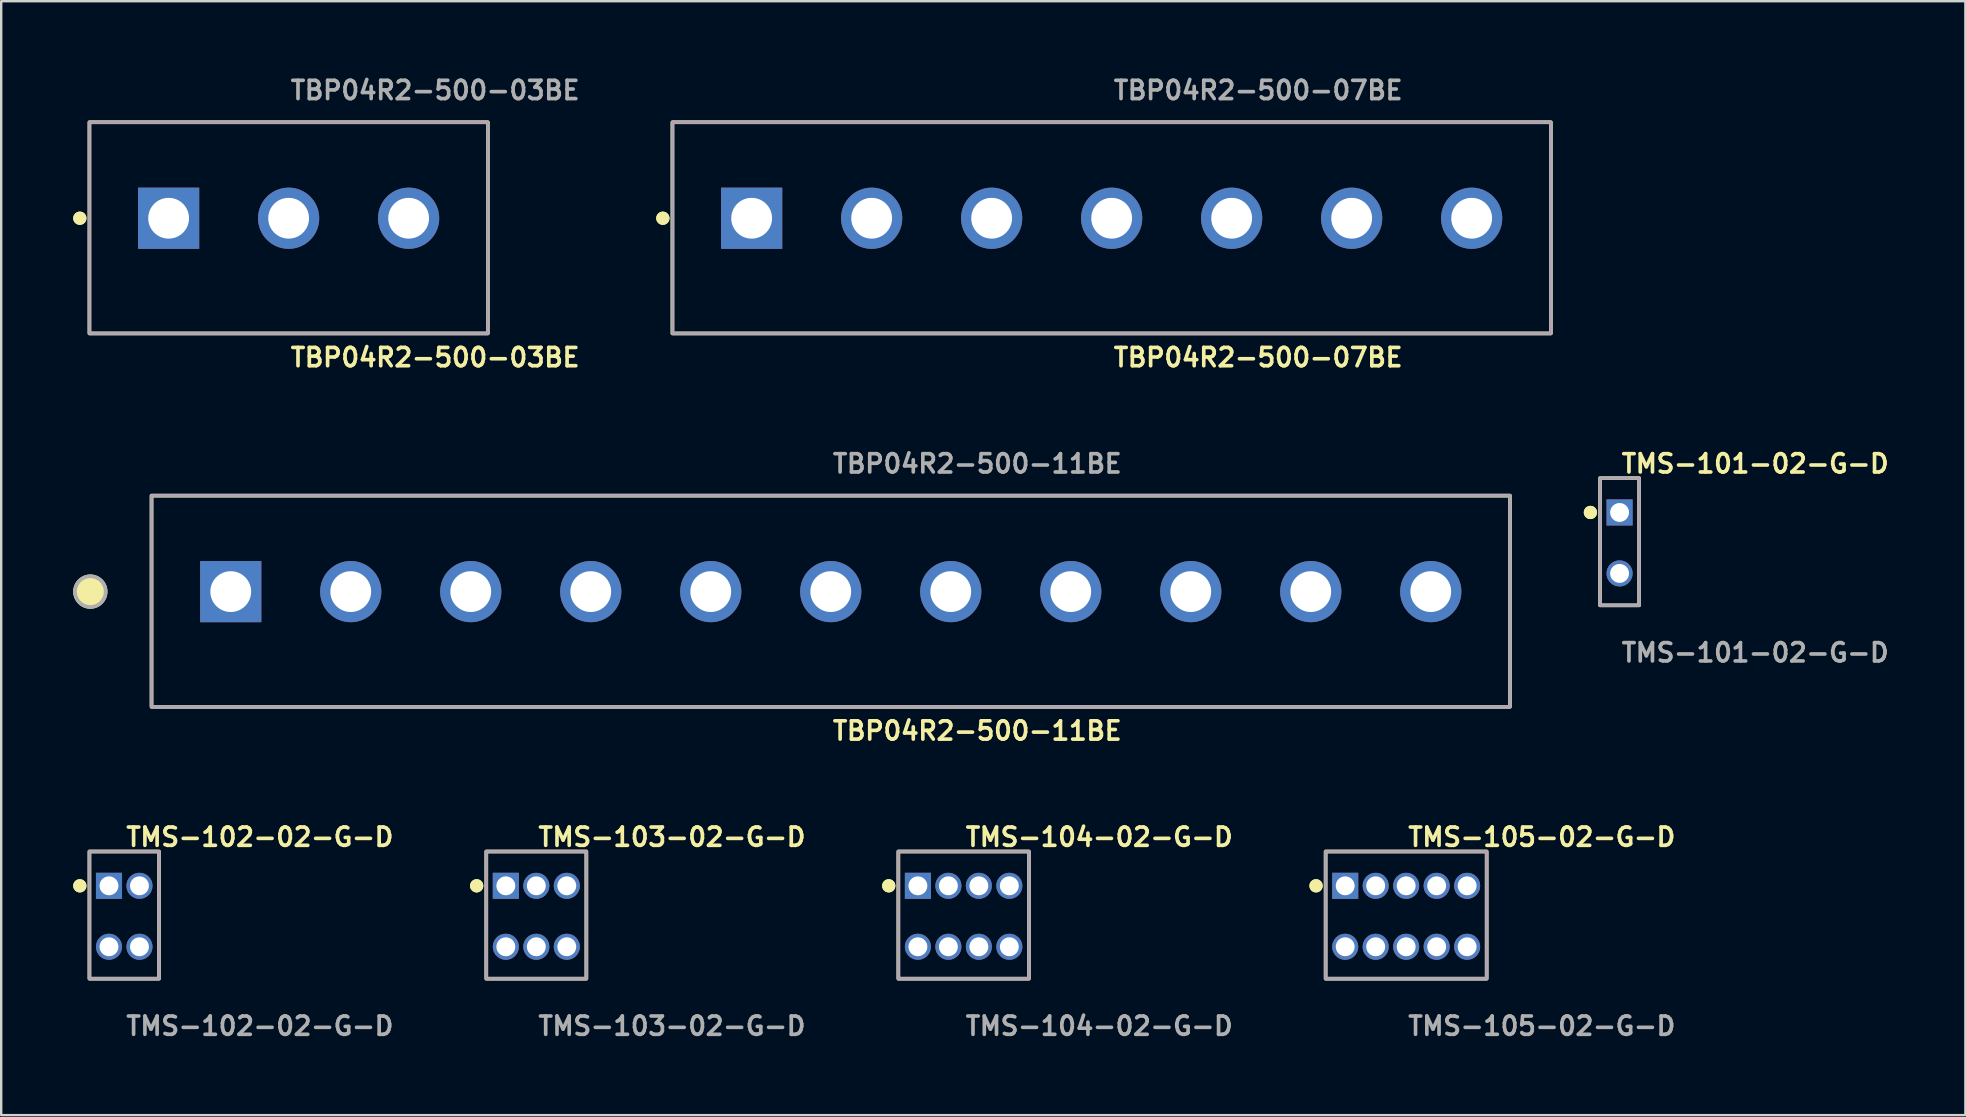
<source format=kicad_pcb>
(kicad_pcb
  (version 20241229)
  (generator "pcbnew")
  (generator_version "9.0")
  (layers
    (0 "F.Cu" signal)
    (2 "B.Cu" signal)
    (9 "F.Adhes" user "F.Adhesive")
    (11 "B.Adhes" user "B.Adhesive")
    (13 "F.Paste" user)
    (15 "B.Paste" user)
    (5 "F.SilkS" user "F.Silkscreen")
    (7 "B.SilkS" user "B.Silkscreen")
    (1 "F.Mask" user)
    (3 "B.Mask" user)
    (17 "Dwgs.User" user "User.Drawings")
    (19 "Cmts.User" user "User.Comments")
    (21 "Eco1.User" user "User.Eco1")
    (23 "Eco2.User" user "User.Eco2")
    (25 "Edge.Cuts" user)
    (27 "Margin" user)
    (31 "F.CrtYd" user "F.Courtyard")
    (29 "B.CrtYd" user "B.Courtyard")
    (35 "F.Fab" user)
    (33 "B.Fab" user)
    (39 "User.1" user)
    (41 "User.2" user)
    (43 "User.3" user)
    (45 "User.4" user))
  (footprint "TMS-101-02-G-D"
    (layer "F.Cu")
    (at 64.431 19.572)
    (property "Reference" "TMS-101-02-G-D" (at 0 -3.302 0) (unlocked yes) (layer "F.SilkS") (effects (font (size 0.762 0.762) (thickness 0.152)) (justify left)))
    (fp_rect (start -0.815 2.6) (end 0.815 -2.7) (stroke (width 0.152) (type solid)) (fill no) (layer "F.SilkS"))
    (fp_circle (center -1.215 -1.27) (end -1.415 -1.27) (stroke (width 0.152) (type solid)) (fill yes) (layer "F.SilkS"))
    (fp_circle (center -1.215 -1.27) (end -1.415 -1.27) (stroke (width 0.152) (type solid)) (fill yes) (layer "F.SilkS"))
    (fp_rect (start -0.815 2.6) (end 0.815 -2.7) (stroke (width 0.006) (type solid)) (fill no) (layer "F.CrtYd"))
    (fp_rect (start -0.815 2.6) (end 0.815 -2.7) (stroke (width 0.152) (type solid)) (fill no) (layer "F.Fab"))
    (fp_text user "${REFERENCE}" (at 0 4.572 0) (unlocked yes) (layer "F.Fab") (effects (font (size 0.762 0.762) (thickness 0.152)) (justify left)))
    (pad "1" thru_hole rect (at 0 -1.27) (size 1.087 1.087) (drill 0.787) (layers "*.Cu" "*.Mask"))
    (pad "2" thru_hole circle (at 0 1.27) (size 1.087 1.087) (drill 0.787) (layers "*.Cu" "*.Mask")))
  (footprint "TMS-105-02-G-D"
    (layer "F.Cu")
    (at 55.539 35.128)
    (property "Reference" "TMS-105-02-G-D" (at 0 -3.302 0) (unlocked yes) (layer "F.SilkS") (effects (font (size 0.762 0.762) (thickness 0.152)) (justify left)))
    (fp_rect (start -3.355 2.6) (end 3.355 -2.7) (stroke (width 0.152) (type solid)) (fill no) (layer "F.SilkS"))
    (fp_circle (center -3.755 -1.27) (end -3.955 -1.27) (stroke (width 0.152) (type solid)) (fill yes) (layer "F.SilkS"))
    (fp_circle (center -3.755 -1.27) (end -3.955 -1.27) (stroke (width 0.152) (type solid)) (fill yes) (layer "F.SilkS"))
    (fp_rect (start -3.355 2.6) (end 3.355 -2.7) (stroke (width 0.006) (type solid)) (fill no) (layer "F.CrtYd"))
    (fp_rect (start -3.355 2.6) (end 3.355 -2.7) (stroke (width 0.152) (type solid)) (fill no) (layer "F.Fab"))
    (fp_text user "${REFERENCE}" (at 0 4.572 0) (unlocked yes) (layer "F.Fab") (effects (font (size 0.762 0.762) (thickness 0.152)) (justify left)))
    (pad "1" thru_hole rect (at -2.54 -1.27) (size 1.087 1.087) (drill 0.787) (layers "*.Cu" "*.Mask"))
    (pad "2" thru_hole circle (at -2.54 1.27) (size 1.087 1.087) (drill 0.787) (layers "*.Cu" "*.Mask"))
    (pad "3" thru_hole circle (at -1.27 -1.27) (size 1.087 1.087) (drill 0.787) (layers "*.Cu" "*.Mask"))
    (pad "4" thru_hole circle (at -1.27 1.27) (size 1.087 1.087) (drill 0.787) (layers "*.Cu" "*.Mask"))
    (pad "5" thru_hole circle (at 0 -1.27) (size 1.087 1.087) (drill 0.787) (layers "*.Cu" "*.Mask"))
    (pad "6" thru_hole circle (at 0 1.27) (size 1.087 1.087) (drill 0.787) (layers "*.Cu" "*.Mask"))
    (pad "7" thru_hole circle (at 1.27 -1.27) (size 1.087 1.087) (drill 0.787) (layers "*.Cu" "*.Mask"))
    (pad "8" thru_hole circle (at 1.27 1.27) (size 1.087 1.087) (drill 0.787) (layers "*.Cu" "*.Mask"))
    (pad "9" thru_hole circle (at 2.54 -1.27) (size 1.087 1.087) (drill 0.787) (layers "*.Cu" "*.Mask"))
    (pad "10" thru_hole circle (at 2.54 1.27) (size 1.087 1.087) (drill 0.787) (layers "*.Cu" "*.Mask")))
  (footprint "TBP04R2-500-11BE"
    (layer "F.Cu")
    (at 31.564 21.6)
    (property "Reference" "TBP04R2-500-11BE" (at 0 5.8 0) (unlocked yes) (layer "F.SilkS") (effects (font (size 0.762 0.762) (thickness 0.152)) (justify left)))
    (fp_rect (start -28.3 4.8) (end 28.3 -4) (stroke (width 0.152) (type solid)) (fill no) (layer "F.SilkS"))
    (fp_circle (center -30.85 0) (end -31.488 0) (stroke (width 0.152) (type solid)) (fill yes) (layer "F.SilkS"))
    (fp_rect (start -28.3 4.8) (end 28.3 -4) (stroke (width 0.006) (type solid)) (fill no) (layer "F.CrtYd"))
    (fp_rect (start -28.3 4.8) (end 28.3 -4) (stroke (width 0.152) (type solid)) (fill no) (layer "F.Fab"))
    (fp_circle (center -30.85 0) (end -31.488 0) (stroke (width 0.152) (type solid)) (fill no) (layer "F.Fab"))
    (fp_text user "${REFERENCE}" (at 0 -5.33 0) (unlocked yes) (layer "F.Fab") (effects (font (size 0.762 0.762) (thickness 0.152)) (justify left)))
    (pad "1" thru_hole rect (at -25 0) (size 2.55 2.55) (drill 1.7) (layers "*.Cu" "*.Mask"))
    (pad "2" thru_hole circle (at -20 0) (size 2.55 2.55) (drill 1.7) (layers "*.Cu" "*.Mask"))
    (pad "3" thru_hole circle (at -15 0) (size 2.55 2.55) (drill 1.7) (layers "*.Cu" "*.Mask"))
    (pad "4" thru_hole circle (at -10 0) (size 2.55 2.55) (drill 1.7) (layers "*.Cu" "*.Mask"))
    (pad "5" thru_hole circle (at -5 0) (size 2.55 2.55) (drill 1.7) (layers "*.Cu" "*.Mask"))
    (pad "6" thru_hole circle (at 0 0) (size 2.55 2.55) (drill 1.7) (layers "*.Cu" "*.Mask"))
    (pad "7" thru_hole circle (at 5 0) (size 2.55 2.55) (drill 1.7) (layers "*.Cu" "*.Mask"))
    (pad "8" thru_hole circle (at 10 0) (size 2.55 2.55) (drill 1.7) (layers "*.Cu" "*.Mask"))
    (pad "9" thru_hole circle (at 15 0) (size 2.55 2.55) (drill 1.7) (layers "*.Cu" "*.Mask"))
    (pad "10" thru_hole circle (at 20 0) (size 2.55 2.55) (drill 1.7) (layers "*.Cu" "*.Mask"))
    (pad "11" thru_hole circle (at 25 0) (size 2.55 2.55) (drill 1.7) (layers "*.Cu" "*.Mask")))
  (footprint "TMS-103-02-G-D"
    (layer "F.Cu")
    (at 19.296 35.128)
    (property "Reference" "TMS-103-02-G-D" (at 0 -3.302 0) (unlocked yes) (layer "F.SilkS") (effects (font (size 0.762 0.762) (thickness 0.152)) (justify left)))
    (fp_rect (start -2.085 2.6) (end 2.085 -2.7) (stroke (width 0.152) (type solid)) (fill no) (layer "F.SilkS"))
    (fp_circle (center -2.485 -1.27) (end -2.685 -1.27) (stroke (width 0.152) (type solid)) (fill yes) (layer "F.SilkS"))
    (fp_circle (center -2.485 -1.27) (end -2.685 -1.27) (stroke (width 0.152) (type solid)) (fill yes) (layer "F.SilkS"))
    (fp_rect (start -2.085 2.6) (end 2.085 -2.7) (stroke (width 0.006) (type solid)) (fill no) (layer "F.CrtYd"))
    (fp_rect (start -2.085 2.6) (end 2.085 -2.7) (stroke (width 0.152) (type solid)) (fill no) (layer "F.Fab"))
    (fp_text user "${REFERENCE}" (at 0 4.572 0) (unlocked yes) (layer "F.Fab") (effects (font (size 0.762 0.762) (thickness 0.152)) (justify left)))
    (pad "1" thru_hole rect (at -1.27 -1.27) (size 1.087 1.087) (drill 0.787) (layers "*.Cu" "*.Mask"))
    (pad "2" thru_hole circle (at -1.27 1.27) (size 1.087 1.087) (drill 0.787) (layers "*.Cu" "*.Mask"))
    (pad "3" thru_hole circle (at 0 -1.27) (size 1.087 1.087) (drill 0.787) (layers "*.Cu" "*.Mask"))
    (pad "4" thru_hole circle (at 0 1.27) (size 1.087 1.087) (drill 0.787) (layers "*.Cu" "*.Mask"))
    (pad "5" thru_hole circle (at 1.27 -1.27) (size 1.087 1.087) (drill 0.787) (layers "*.Cu" "*.Mask"))
    (pad "6" thru_hole circle (at 1.27 1.27) (size 1.087 1.087) (drill 0.787) (layers "*.Cu" "*.Mask")))
  (footprint "TBP04R2-500-03BE"
    (layer "F.Cu")
    (at 8.976 6.043)
    (property "Reference" "TBP04R2-500-03BE" (at 0 5.8 0) (unlocked yes) (layer "F.SilkS") (effects (font (size 0.762 0.762) (thickness 0.152)) (justify left)))
    (fp_rect (start -8.3 4.8) (end 8.3 -4) (stroke (width 0.152) (type solid)) (fill no) (layer "F.SilkS"))
    (fp_circle (center -8.7 0) (end -8.9 0) (stroke (width 0.152) (type solid)) (fill yes) (layer "F.SilkS"))
    (fp_circle (center -8.7 0) (end -8.9 0) (stroke (width 0.152) (type solid)) (fill yes) (layer "F.SilkS"))
    (fp_rect (start -8.3 4.8) (end 8.3 -4) (stroke (width 0.006) (type solid)) (fill no) (layer "F.CrtYd"))
    (fp_rect (start -8.3 4.8) (end 8.3 -4) (stroke (width 0.152) (type solid)) (fill no) (layer "F.Fab"))
    (fp_text user "${REFERENCE}" (at 0 -5.33 0) (unlocked yes) (layer "F.Fab") (effects (font (size 0.762 0.762) (thickness 0.152)) (justify left)))
    (pad "1" thru_hole rect (at -5 0) (size 2.55 2.55) (drill 1.7) (layers "*.Cu" "*.Mask"))
    (pad "2" thru_hole circle (at 0 0) (size 2.55 2.55) (drill 1.7) (layers "*.Cu" "*.Mask"))
    (pad "3" thru_hole circle (at 5 0) (size 2.55 2.55) (drill 1.7) (layers "*.Cu" "*.Mask")))
  (footprint "TBP04R2-500-07BE"
    (layer "F.Cu")
    (at 43.268 6.043)
    (property "Reference" "TBP04R2-500-07BE" (at 0 5.8 0) (unlocked yes) (layer "F.SilkS") (effects (font (size 0.762 0.762) (thickness 0.152)) (justify left)))
    (fp_rect (start -18.3 4.8) (end 18.3 -4) (stroke (width 0.152) (type solid)) (fill no) (layer "F.SilkS"))
    (fp_circle (center -18.7 0) (end -18.9 0) (stroke (width 0.152) (type solid)) (fill yes) (layer "F.SilkS"))
    (fp_circle (center -18.7 0) (end -18.9 0) (stroke (width 0.152) (type solid)) (fill yes) (layer "F.SilkS"))
    (fp_rect (start -18.3 4.8) (end 18.3 -4) (stroke (width 0.006) (type solid)) (fill no) (layer "F.CrtYd"))
    (fp_rect (start -18.3 4.8) (end 18.3 -4) (stroke (width 0.152) (type solid)) (fill no) (layer "F.Fab"))
    (fp_text user "${REFERENCE}" (at 0 -5.33 0) (unlocked yes) (layer "F.Fab") (effects (font (size 0.762 0.762) (thickness 0.152)) (justify left)))
    (pad "1" thru_hole rect (at -15 0) (size 2.55 2.55) (drill 1.7) (layers "*.Cu" "*.Mask"))
    (pad "2" thru_hole circle (at -10 0) (size 2.55 2.55) (drill 1.7) (layers "*.Cu" "*.Mask"))
    (pad "3" thru_hole circle (at -5 0) (size 2.55 2.55) (drill 1.7) (layers "*.Cu" "*.Mask"))
    (pad "4" thru_hole circle (at 0 0) (size 2.55 2.55) (drill 1.7) (layers "*.Cu" "*.Mask"))
    (pad "5" thru_hole circle (at 5 0) (size 2.55 2.55) (drill 1.7) (layers "*.Cu" "*.Mask"))
    (pad "6" thru_hole circle (at 10 0) (size 2.55 2.55) (drill 1.7) (layers "*.Cu" "*.Mask"))
    (pad "7" thru_hole circle (at 15 0) (size 2.55 2.55) (drill 1.7) (layers "*.Cu" "*.Mask")))
  (footprint "TMS-102-02-G-D"
    (layer "F.Cu")
    (at 2.126 35.128)
    (property "Reference" "TMS-102-02-G-D" (at 0 -3.302 0) (unlocked yes) (layer "F.SilkS") (effects (font (size 0.762 0.762) (thickness 0.152)) (justify left)))
    (fp_rect (start -1.45 2.6) (end 1.45 -2.7) (stroke (width 0.152) (type solid)) (fill no) (layer "F.SilkS"))
    (fp_circle (center -1.85 -1.27) (end -2.05 -1.27) (stroke (width 0.152) (type solid)) (fill yes) (layer "F.SilkS"))
    (fp_circle (center -1.85 -1.27) (end -2.05 -1.27) (stroke (width 0.152) (type solid)) (fill yes) (layer "F.SilkS"))
    (fp_rect (start -1.45 2.6) (end 1.45 -2.7) (stroke (width 0.006) (type solid)) (fill no) (layer "F.CrtYd"))
    (fp_rect (start -1.45 2.6) (end 1.45 -2.7) (stroke (width 0.152) (type solid)) (fill no) (layer "F.Fab"))
    (fp_text user "${REFERENCE}" (at 0 4.572 0) (unlocked yes) (layer "F.Fab") (effects (font (size 0.762 0.762) (thickness 0.152)) (justify left)))
    (pad "1" thru_hole rect (at -0.635 -1.27) (size 1.087 1.087) (drill 0.787) (layers "*.Cu" "*.Mask"))
    (pad "2" thru_hole circle (at -0.635 1.27) (size 1.087 1.087) (drill 0.787) (layers "*.Cu" "*.Mask"))
    (pad "3" thru_hole circle (at 0.635 -1.27) (size 1.087 1.087) (drill 0.787) (layers "*.Cu" "*.Mask"))
    (pad "4" thru_hole circle (at 0.635 1.27) (size 1.087 1.087) (drill 0.787) (layers "*.Cu" "*.Mask")))
  (footprint "TMS-104-02-G-D"
    (layer "F.Cu")
    (at 37.1 35.128)
    (property "Reference" "TMS-104-02-G-D" (at 0 -3.302 0) (unlocked yes) (layer "F.SilkS") (effects (font (size 0.762 0.762) (thickness 0.152)) (justify left)))
    (fp_rect (start -2.72 2.6) (end 2.72 -2.7) (stroke (width 0.152) (type solid)) (fill no) (layer "F.SilkS"))
    (fp_circle (center -3.12 -1.27) (end -3.32 -1.27) (stroke (width 0.152) (type solid)) (fill yes) (layer "F.SilkS"))
    (fp_circle (center -3.12 -1.27) (end -3.32 -1.27) (stroke (width 0.152) (type solid)) (fill yes) (layer "F.SilkS"))
    (fp_rect (start -2.72 2.6) (end 2.72 -2.7) (stroke (width 0.006) (type solid)) (fill no) (layer "F.CrtYd"))
    (fp_rect (start -2.72 2.6) (end 2.72 -2.7) (stroke (width 0.152) (type solid)) (fill no) (layer "F.Fab"))
    (fp_text user "${REFERENCE}" (at 0 4.572 0) (unlocked yes) (layer "F.Fab") (effects (font (size 0.762 0.762) (thickness 0.152)) (justify left)))
    (pad "1" thru_hole rect (at -1.905 -1.27) (size 1.087 1.087) (drill 0.787) (layers "*.Cu" "*.Mask"))
    (pad "2" thru_hole circle (at -1.905 1.27) (size 1.087 1.087) (drill 0.787) (layers "*.Cu" "*.Mask"))
    (pad "3" thru_hole circle (at -0.635 -1.27) (size 1.087 1.087) (drill 0.787) (layers "*.Cu" "*.Mask"))
    (pad "4" thru_hole circle (at -0.635 1.27) (size 1.087 1.087) (drill 0.787) (layers "*.Cu" "*.Mask"))
    (pad "5" thru_hole circle (at 0.635 -1.27) (size 1.087 1.087) (drill 0.787) (layers "*.Cu" "*.Mask"))
    (pad "6" thru_hole circle (at 0.635 1.27) (size 1.087 1.087) (drill 0.787) (layers "*.Cu" "*.Mask"))
    (pad "7" thru_hole circle (at 1.905 -1.27) (size 1.087 1.087) (drill 0.787) (layers "*.Cu" "*.Mask"))
    (pad "8" thru_hole circle (at 1.905 1.27) (size 1.087 1.087) (drill 0.787) (layers "*.Cu" "*.Mask")))
  (gr_rect
    (start -3 -3)
    (end 78.839 43.413)
    (stroke (width 0.1) (type default))
    (fill no)
    (layer "Edge.Cuts")))
</source>
